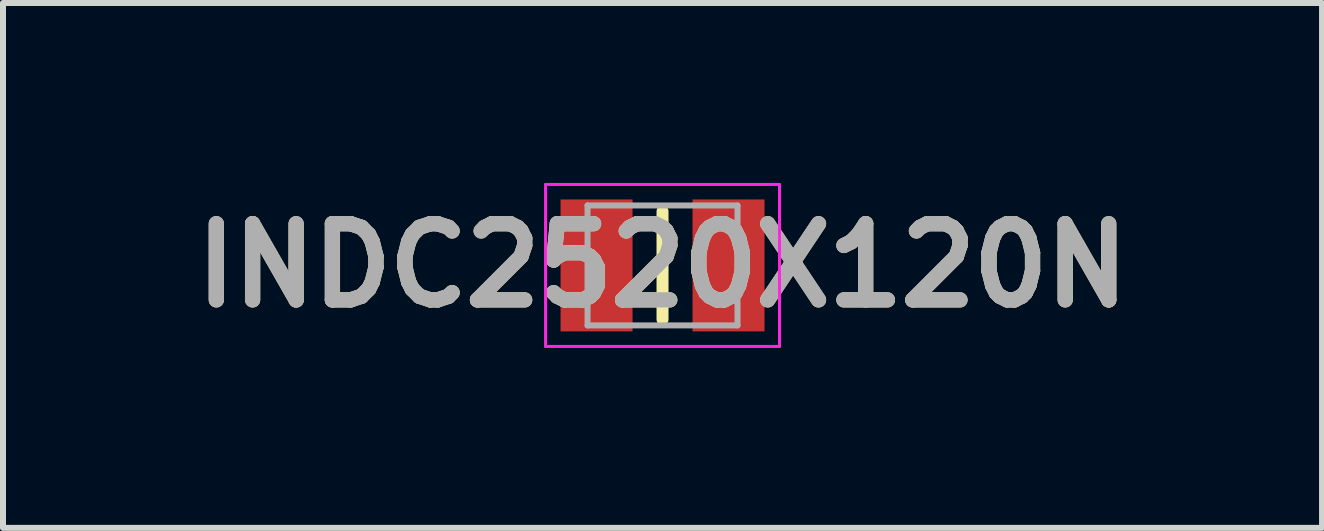
<source format=kicad_pcb>
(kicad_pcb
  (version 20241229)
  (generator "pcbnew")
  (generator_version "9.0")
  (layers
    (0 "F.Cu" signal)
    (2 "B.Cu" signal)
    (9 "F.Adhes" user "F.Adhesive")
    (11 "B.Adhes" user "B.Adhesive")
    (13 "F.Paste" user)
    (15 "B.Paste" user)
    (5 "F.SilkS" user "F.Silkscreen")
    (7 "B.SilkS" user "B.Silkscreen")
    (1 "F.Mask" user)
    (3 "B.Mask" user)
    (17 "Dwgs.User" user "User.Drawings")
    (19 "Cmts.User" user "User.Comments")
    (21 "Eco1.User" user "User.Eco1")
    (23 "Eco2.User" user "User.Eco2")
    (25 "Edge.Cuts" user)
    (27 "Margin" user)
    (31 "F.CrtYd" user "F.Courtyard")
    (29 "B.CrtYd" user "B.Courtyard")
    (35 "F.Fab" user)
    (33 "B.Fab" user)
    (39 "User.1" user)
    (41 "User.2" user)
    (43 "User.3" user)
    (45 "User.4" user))
  (footprint "INDC2520X120N"
    (layer "F.Cu")
    (at 7.995 1.375)
    (property "Reference" "INDC2520X120N" (at 0 0 0) (layer "F.SilkS") (effects (font (size 1.27 1.27) (thickness 0.254))))
    (attr smd)
    (fp_line (start 0 -0.9) (end 0 0.9) (stroke (width 0.2) (type solid)) (layer "F.SilkS"))
    (fp_line (start -1.95 -1.35) (end 1.95 -1.35) (stroke (width 0.05) (type solid)) (layer "F.CrtYd"))
    (fp_line (start -1.95 1.35) (end -1.95 -1.35) (stroke (width 0.05) (type solid)) (layer "F.CrtYd"))
    (fp_line (start 1.95 -1.35) (end 1.95 1.35) (stroke (width 0.05) (type solid)) (layer "F.CrtYd"))
    (fp_line (start 1.95 1.35) (end -1.95 1.35) (stroke (width 0.05) (type solid)) (layer "F.CrtYd"))
    (fp_line (start -1.25 -1) (end 1.25 -1) (stroke (width 0.1) (type solid)) (layer "F.Fab"))
    (fp_line (start -1.25 1) (end -1.25 -1) (stroke (width 0.1) (type solid)) (layer "F.Fab"))
    (fp_line (start 1.25 -1) (end 1.25 1) (stroke (width 0.1) (type solid)) (layer "F.Fab"))
    (fp_line (start 1.25 1) (end -1.25 1) (stroke (width 0.1) (type solid)) (layer "F.Fab"))
    (fp_text user "${REFERENCE}" (at 0 0 0) (layer "F.Fab") (effects (font (size 1.27 1.27) (thickness 0.254))))
    (pad "1" smd rect (at -1.1 0) (size 1.2 2.2) (layers "F.Cu" "F.Mask" "F.Paste"))
    (pad "2" smd rect (at 1.1 0) (size 1.2 2.2) (layers "F.Cu" "F.Mask" "F.Paste")))
  (gr_rect
    (start -3 -3)
    (end 18.99 5.75)
    (stroke (width 0.1) (type default))
    (fill no)
    (layer "Edge.Cuts")))
</source>
